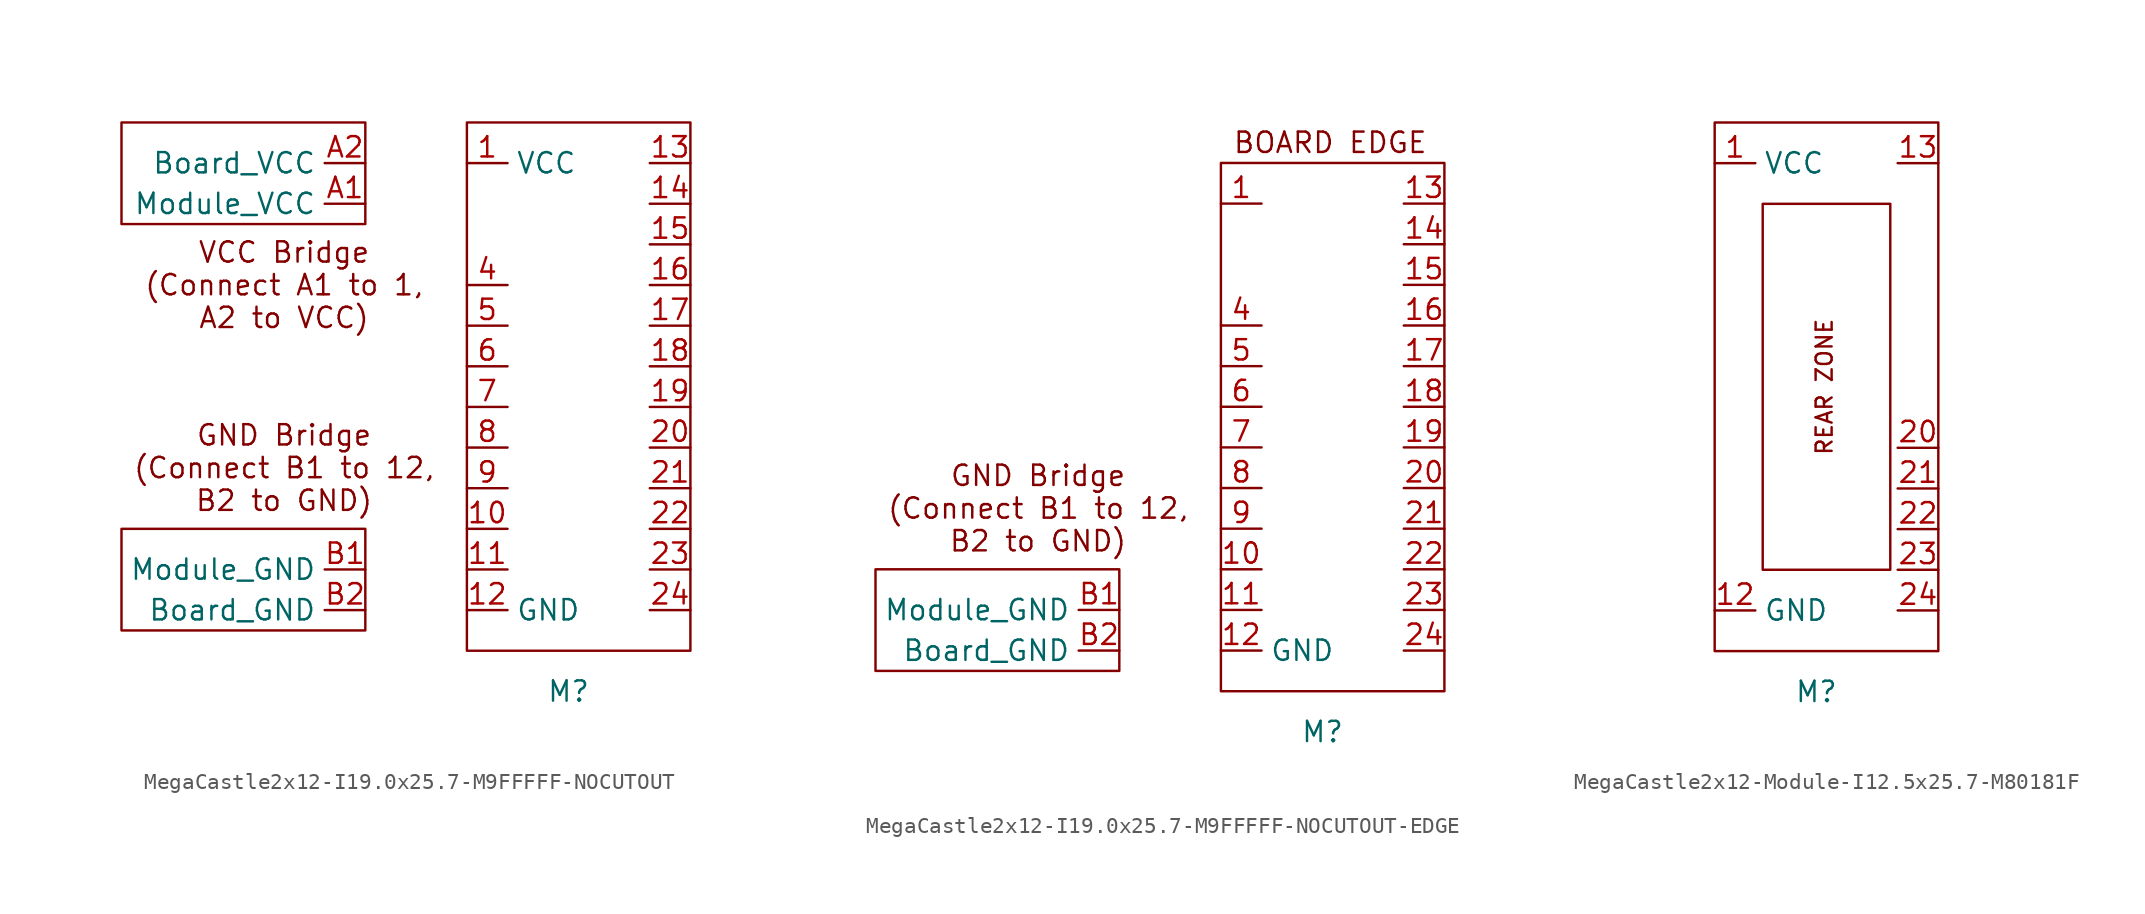
<source format=kicad_sym>
(kicad_symbol_lib
  (version 20241209)
  (generator "kicad_symbol_editor")
  (generator_version "9.0")
  (symbol "MegaCastle2x12-I19.0x25.7-M9FFFFF-NOCUTOUT"
    (property "Reference" "M"
      (at 0 -19.05 0)
      (effects (font (size 1.27 1.27))))
    (property "Value" ""
      (at 0 5.08 0)
      (effects (font (size 1.27 1.27))))
    (symbol "MegaCastle2x12-I19.0x25.7-M9FFFFF-NOCUTOUT_0_1"
      (rectangle (start -27.94 16.51) (end -12.7 10.16) (stroke (width 0) (type default)) (fill (type none)))
      (rectangle (start -27.94 -8.89) (end -12.7 -15.24) (stroke (width 0) (type default)) (fill (type none)))
      (rectangle (start -6.35 16.51) (end 7.62 -16.51) (stroke (width 0) (type default)) (fill (type none))))
    (symbol "MegaCastle2x12-I19.0x25.7-M9FFFFF-NOCUTOUT_1_1"
      (text "VCC Bridge\n(Connect A1 to 1,\nA2 to VCC)" (at -17.78 6.35 0) (effects (font (size 1.27 1.27))))
      (text "GND Bridge\n(Connect B1 to 12,\nB2 to GND)" (at -17.78 -5.08 0) (effects (font (size 1.27 1.27))))
      (pin bidirectional line (at -12.7 13.97 180) (length 2.54) (name "Board_VCC" (effects (font (size 1.27 1.27)))) (number "A2" (effects (font (size 1.27 1.27)))))
      (pin bidirectional line (at -12.7 11.43 180) (length 2.54) (name "Module_VCC" (effects (font (size 1.27 1.27)))) (number "A1" (effects (font (size 1.27 1.27)))))
      (pin bidirectional line (at -12.7 -11.43 180) (length 2.54) (name "Module_GND" (effects (font (size 1.27 1.27)))) (number "B1" (effects (font (size 1.27 1.27)))))
      (pin bidirectional line (at -12.7 -13.97 180) (length 2.54) (name "Board_GND" (effects (font (size 1.27 1.27)))) (number "B2" (effects (font (size 1.27 1.27)))))
      (pin bidirectional line (at -6.35 13.97 0) (length 2.54) (name "VCC" (effects (font (size 1.27 1.27)))) (number "1" (effects (font (size 1.27 1.27)))))
      (pin bidirectional line (at -6.35 6.35 0) (length 2.54) (name "" (effects (font (size 1.27 1.27)))) (number "4" (effects (font (size 1.27 1.27)))))
      (pin bidirectional line (at -6.35 3.81 0) (length 2.54) (name "" (effects (font (size 1.27 1.27)))) (number "5" (effects (font (size 1.27 1.27)))))
      (pin bidirectional line (at -6.35 1.27 0) (length 2.54) (name "" (effects (font (size 1.27 1.27)))) (number "6" (effects (font (size 1.27 1.27)))))
      (pin bidirectional line (at -6.35 -1.27 0) (length 2.54) (name "" (effects (font (size 1.27 1.27)))) (number "7" (effects (font (size 1.27 1.27)))))
      (pin bidirectional line (at -6.35 -3.81 0) (length 2.54) (name "" (effects (font (size 1.27 1.27)))) (number "8" (effects (font (size 1.27 1.27)))))
      (pin bidirectional line (at -6.35 -6.35 0) (length 2.54) (name "" (effects (font (size 1.27 1.27)))) (number "9" (effects (font (size 1.27 1.27)))))
      (pin bidirectional line (at -6.35 -8.89 0) (length 2.54) (name "" (effects (font (size 1.27 1.27)))) (number "10" (effects (font (size 1.27 1.27)))))
      (pin bidirectional line (at -6.35 -11.43 0) (length 2.54) (name "" (effects (font (size 1.27 1.27)))) (number "11" (effects (font (size 1.27 1.27)))))
      (pin bidirectional line (at -6.35 -13.97 0) (length 2.54) (name "GND" (effects (font (size 1.27 1.27)))) (number "12" (effects (font (size 1.27 1.27)))))
      (pin bidirectional line (at 7.62 13.97 180) (length 2.54) (name "" (effects (font (size 1.27 1.27)))) (number "13" (effects (font (size 1.27 1.27)))))
      (pin bidirectional line (at 7.62 11.43 180) (length 2.54) (name "" (effects (font (size 1.27 1.27)))) (number "14" (effects (font (size 1.27 1.27)))))
      (pin bidirectional line (at 7.62 8.89 180) (length 2.54) (name "" (effects (font (size 1.27 1.27)))) (number "15" (effects (font (size 1.27 1.27)))))
      (pin bidirectional line (at 7.62 6.35 180) (length 2.54) (name "" (effects (font (size 1.27 1.27)))) (number "16" (effects (font (size 1.27 1.27)))))
      (pin bidirectional line (at 7.62 3.81 180) (length 2.54) (name "" (effects (font (size 1.27 1.27)))) (number "17" (effects (font (size 1.27 1.27)))))
      (pin bidirectional line (at 7.62 1.27 180) (length 2.54) (name "" (effects (font (size 1.27 1.27)))) (number "18" (effects (font (size 1.27 1.27)))))
      (pin bidirectional line (at 7.62 -1.27 180) (length 2.54) (name "" (effects (font (size 1.27 1.27)))) (number "19" (effects (font (size 1.27 1.27)))))
      (pin bidirectional line (at 7.62 -3.81 180) (length 2.54) (name "" (effects (font (size 1.27 1.27)))) (number "20" (effects (font (size 1.27 1.27)))))
      (pin bidirectional line (at 7.62 -6.35 180) (length 2.54) (name "" (effects (font (size 1.27 1.27)))) (number "21" (effects (font (size 1.27 1.27)))))
      (pin bidirectional line (at 7.62 -8.89 180) (length 2.54) (name "" (effects (font (size 1.27 1.27)))) (number "22" (effects (font (size 1.27 1.27)))))
      (pin bidirectional line (at 7.62 -11.43 180) (length 2.54) (name "" (effects (font (size 1.27 1.27)))) (number "23" (effects (font (size 1.27 1.27)))))
      (pin bidirectional line (at 7.62 -13.97 180) (length 2.54) (name "" (effects (font (size 1.27 1.27)))) (number "24" (effects (font (size 1.27 1.27)))))))
  (symbol "MegaCastle2x12-I19.0x25.7-M9FFFFF-NOCUTOUT-EDGE"
    (property "Reference" "M"
      (at 0 -19.05 0)
      (effects (font (size 1.27 1.27))))
    (property "Value" ""
      (at 0 5.08 0)
      (effects (font (size 1.27 1.27))))
    (symbol "MegaCastle2x12-I19.0x25.7-M9FFFFF-NOCUTOUT-EDGE_0_1"
      (rectangle (start -27.94 -8.89) (end -12.7 -15.24) (stroke (width 0) (type default)) (fill (type none)))
      (rectangle (start -6.35 16.51) (end 7.62 -16.51) (stroke (width 0) (type default)) (fill (type none))))
    (symbol "MegaCastle2x12-I19.0x25.7-M9FFFFF-NOCUTOUT-EDGE_1_1"
      (text "GND Bridge\n(Connect B1 to 12,\nB2 to GND)" (at -17.78 -5.08 0) (effects (font (size 1.27 1.27))))
      (text " BOARD EDGE" (at 0 17.78 0) (effects (font (size 1.27 1.27))))
      (pin bidirectional line (at -12.7 -11.43 180) (length 2.54) (name "Module_GND" (effects (font (size 1.27 1.27)))) (number "B1" (effects (font (size 1.27 1.27)))))
      (pin bidirectional line (at -12.7 -13.97 180) (length 2.54) (name "Board_GND" (effects (font (size 1.27 1.27)))) (number "B2" (effects (font (size 1.27 1.27)))))
      (pin bidirectional line (at -6.35 13.97 0) (length 2.54) (name "" (effects (font (size 1.27 1.27)))) (number "1" (effects (font (size 1.27 1.27)))))
      (pin bidirectional line (at -6.35 6.35 0) (length 2.54) (name "" (effects (font (size 1.27 1.27)))) (number "4" (effects (font (size 1.27 1.27)))))
      (pin bidirectional line (at -6.35 3.81 0) (length 2.54) (name "" (effects (font (size 1.27 1.27)))) (number "5" (effects (font (size 1.27 1.27)))))
      (pin bidirectional line (at -6.35 1.27 0) (length 2.54) (name "" (effects (font (size 1.27 1.27)))) (number "6" (effects (font (size 1.27 1.27)))))
      (pin bidirectional line (at -6.35 -1.27 0) (length 2.54) (name "" (effects (font (size 1.27 1.27)))) (number "7" (effects (font (size 1.27 1.27)))))
      (pin bidirectional line (at -6.35 -3.81 0) (length 2.54) (name "" (effects (font (size 1.27 1.27)))) (number "8" (effects (font (size 1.27 1.27)))))
      (pin bidirectional line (at -6.35 -6.35 0) (length 2.54) (name "" (effects (font (size 1.27 1.27)))) (number "9" (effects (font (size 1.27 1.27)))))
      (pin bidirectional line (at -6.35 -8.89 0) (length 2.54) (name "" (effects (font (size 1.27 1.27)))) (number "10" (effects (font (size 1.27 1.27)))))
      (pin bidirectional line (at -6.35 -11.43 0) (length 2.54) (name "" (effects (font (size 1.27 1.27)))) (number "11" (effects (font (size 1.27 1.27)))))
      (pin bidirectional line (at -6.35 -13.97 0) (length 2.54) (name "GND" (effects (font (size 1.27 1.27)))) (number "12" (effects (font (size 1.27 1.27)))))
      (pin bidirectional line (at 7.62 13.97 180) (length 2.54) (name "" (effects (font (size 1.27 1.27)))) (number "13" (effects (font (size 1.27 1.27)))))
      (pin bidirectional line (at 7.62 11.43 180) (length 2.54) (name "" (effects (font (size 1.27 1.27)))) (number "14" (effects (font (size 1.27 1.27)))))
      (pin bidirectional line (at 7.62 8.89 180) (length 2.54) (name "" (effects (font (size 1.27 1.27)))) (number "15" (effects (font (size 1.27 1.27)))))
      (pin bidirectional line (at 7.62 6.35 180) (length 2.54) (name "" (effects (font (size 1.27 1.27)))) (number "16" (effects (font (size 1.27 1.27)))))
      (pin bidirectional line (at 7.62 3.81 180) (length 2.54) (name "" (effects (font (size 1.27 1.27)))) (number "17" (effects (font (size 1.27 1.27)))))
      (pin bidirectional line (at 7.62 1.27 180) (length 2.54) (name "" (effects (font (size 1.27 1.27)))) (number "18" (effects (font (size 1.27 1.27)))))
      (pin bidirectional line (at 7.62 -1.27 180) (length 2.54) (name "" (effects (font (size 1.27 1.27)))) (number "19" (effects (font (size 1.27 1.27)))))
      (pin bidirectional line (at 7.62 -3.81 180) (length 2.54) (name "" (effects (font (size 1.27 1.27)))) (number "20" (effects (font (size 1.27 1.27)))))
      (pin bidirectional line (at 7.62 -6.35 180) (length 2.54) (name "" (effects (font (size 1.27 1.27)))) (number "21" (effects (font (size 1.27 1.27)))))
      (pin bidirectional line (at 7.62 -8.89 180) (length 2.54) (name "" (effects (font (size 1.27 1.27)))) (number "22" (effects (font (size 1.27 1.27)))))
      (pin bidirectional line (at 7.62 -11.43 180) (length 2.54) (name "" (effects (font (size 1.27 1.27)))) (number "23" (effects (font (size 1.27 1.27)))))
      (pin bidirectional line (at 7.62 -13.97 180) (length 2.54) (name "" (effects (font (size 1.27 1.27)))) (number "24" (effects (font (size 1.27 1.27)))))))
  (symbol "MegaCastle2x12-Module-I12.5x25.7-M80181F"
    (property "Reference" "M"
      (at 0 -19.05 0)
      (effects (font (size 1.27 1.27))))
    (property "Value" ""
      (at 0 5.08 0)
      (effects (font (size 1.27 1.27))))
    (symbol "MegaCastle2x12-Module-I12.5x25.7-M80181F_0_1"
      (rectangle (start -6.35 16.51) (end 7.62 -16.51) (stroke (width 0) (type default)) (fill (type none)))
      (rectangle (start -3.35 11.43) (end 4.62 -11.43) (stroke (width 0) (type default)) (fill (type none))))
    (symbol "MegaCastle2x12-Module-I12.5x25.7-M80181F_1_1"
      (text "REAR ZONE" (at 0.5 0 900) (effects (font (size 1 1))))
      (pin bidirectional line (at -6.35 13.97 0) (length 2.54) (name "VCC" (effects (font (size 1.27 1.27)))) (number "1" (effects (font (size 1.27 1.27)))))
      (pin bidirectional line (at -6.35 -13.97 0) (length 2.54) (name "GND" (effects (font (size 1.27 1.27)))) (number "12" (effects (font (size 1.27 1.27)))))
      (pin bidirectional line (at 7.62 13.97 180) (length 2.54) (name "" (effects (font (size 1.27 1.27)))) (number "13" (effects (font (size 1.27 1.27)))))
      (pin bidirectional line (at 7.62 -3.81 180) (length 2.54) (name "" (effects (font (size 1.27 1.27)))) (number "20" (effects (font (size 1.27 1.27)))))
      (pin bidirectional line (at 7.62 -6.35 180) (length 2.54) (name "" (effects (font (size 1.27 1.27)))) (number "21" (effects (font (size 1.27 1.27)))))
      (pin bidirectional line (at 7.62 -8.89 180) (length 2.54) (name "" (effects (font (size 1.27 1.27)))) (number "22" (effects (font (size 1.27 1.27)))))
      (pin bidirectional line (at 7.62 -11.43 180) (length 2.54) (name "" (effects (font (size 1.27 1.27)))) (number "23" (effects (font (size 1.27 1.27)))))
      (pin bidirectional line (at 7.62 -13.97 180) (length 2.54) (name "" (effects (font (size 1.27 1.27)))) (number "24" (effects (font (size 1.27 1.27))))))))
</source>
